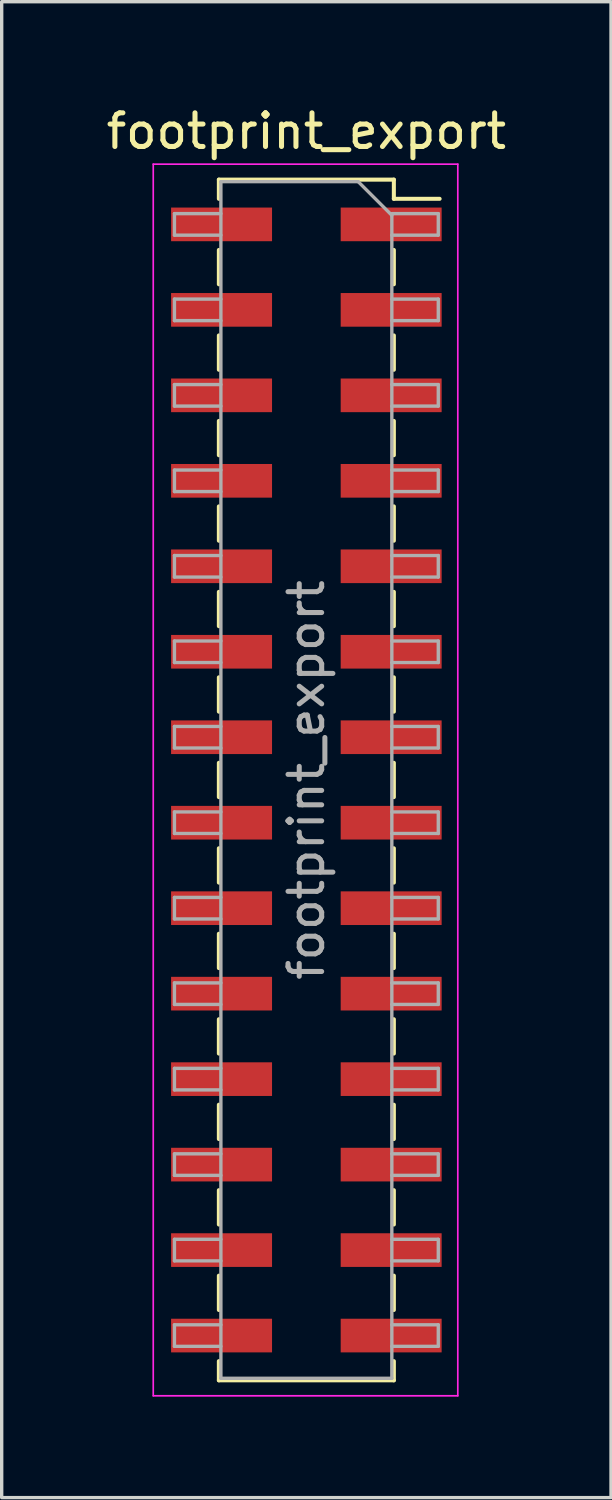
<source format=kicad_pcb>
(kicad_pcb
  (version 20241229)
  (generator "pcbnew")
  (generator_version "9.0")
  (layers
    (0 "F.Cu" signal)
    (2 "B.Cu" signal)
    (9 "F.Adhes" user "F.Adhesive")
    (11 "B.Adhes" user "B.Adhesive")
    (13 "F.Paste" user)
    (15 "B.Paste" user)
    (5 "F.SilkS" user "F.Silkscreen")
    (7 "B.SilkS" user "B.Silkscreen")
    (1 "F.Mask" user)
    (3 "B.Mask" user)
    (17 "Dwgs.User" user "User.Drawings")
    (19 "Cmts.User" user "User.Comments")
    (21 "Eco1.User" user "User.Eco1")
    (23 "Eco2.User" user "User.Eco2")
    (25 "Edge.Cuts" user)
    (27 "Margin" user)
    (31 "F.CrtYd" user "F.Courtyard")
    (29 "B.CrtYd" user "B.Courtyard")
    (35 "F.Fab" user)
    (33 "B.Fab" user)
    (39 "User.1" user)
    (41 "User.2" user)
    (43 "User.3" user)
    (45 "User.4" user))
  (footprint "footprint_export"
    (layer "F.Cu")
    (at 6.054 20.128)
    (property "Reference" "footprint_export" (at 0 -19.28 0) (layer "F.SilkS") (effects (font (size 1 1) (thickness 0.15))))
    (attr smd)
    (fp_line (start -2.6 -17.84) (end -2.6 -17.27) (stroke (width 0.12) (type solid)) (layer "F.SilkS"))
    (fp_line (start -2.6 -17.84) (end 2.6 -17.84) (stroke (width 0.12) (type solid)) (layer "F.SilkS"))
    (fp_line (start -2.6 -15.75) (end -2.6 -14.73) (stroke (width 0.12) (type solid)) (layer "F.SilkS"))
    (fp_line (start -2.6 -13.21) (end -2.6 -12.19) (stroke (width 0.12) (type solid)) (layer "F.SilkS"))
    (fp_line (start -2.6 -10.67) (end -2.6 -9.65) (stroke (width 0.12) (type solid)) (layer "F.SilkS"))
    (fp_line (start -2.6 -8.13) (end -2.6 -7.11) (stroke (width 0.12) (type solid)) (layer "F.SilkS"))
    (fp_line (start -2.6 -5.59) (end -2.6 -4.57) (stroke (width 0.12) (type solid)) (layer "F.SilkS"))
    (fp_line (start -2.6 -3.05) (end -2.6 -2.03) (stroke (width 0.12) (type solid)) (layer "F.SilkS"))
    (fp_line (start -2.6 -0.51) (end -2.6 0.51) (stroke (width 0.12) (type solid)) (layer "F.SilkS"))
    (fp_line (start -2.6 2.03) (end -2.6 3.05) (stroke (width 0.12) (type solid)) (layer "F.SilkS"))
    (fp_line (start -2.6 4.57) (end -2.6 5.59) (stroke (width 0.12) (type solid)) (layer "F.SilkS"))
    (fp_line (start -2.6 7.11) (end -2.6 8.13) (stroke (width 0.12) (type solid)) (layer "F.SilkS"))
    (fp_line (start -2.6 9.65) (end -2.6 10.67) (stroke (width 0.12) (type solid)) (layer "F.SilkS"))
    (fp_line (start -2.6 12.19) (end -2.6 13.21) (stroke (width 0.12) (type solid)) (layer "F.SilkS"))
    (fp_line (start -2.6 14.73) (end -2.6 15.75) (stroke (width 0.12) (type solid)) (layer "F.SilkS"))
    (fp_line (start -2.6 17.27) (end -2.6 17.84) (stroke (width 0.12) (type solid)) (layer "F.SilkS"))
    (fp_line (start -2.6 17.84) (end 2.6 17.84) (stroke (width 0.12) (type solid)) (layer "F.SilkS"))
    (fp_line (start 2.6 -17.84) (end 2.6 -17.27) (stroke (width 0.12) (type solid)) (layer "F.SilkS"))
    (fp_line (start 2.6 -17.27) (end 3.96 -17.27) (stroke (width 0.12) (type solid)) (layer "F.SilkS"))
    (fp_line (start 2.6 -15.75) (end 2.6 -14.73) (stroke (width 0.12) (type solid)) (layer "F.SilkS"))
    (fp_line (start 2.6 -13.21) (end 2.6 -12.19) (stroke (width 0.12) (type solid)) (layer "F.SilkS"))
    (fp_line (start 2.6 -10.67) (end 2.6 -9.65) (stroke (width 0.12) (type solid)) (layer "F.SilkS"))
    (fp_line (start 2.6 -8.13) (end 2.6 -7.11) (stroke (width 0.12) (type solid)) (layer "F.SilkS"))
    (fp_line (start 2.6 -5.59) (end 2.6 -4.57) (stroke (width 0.12) (type solid)) (layer "F.SilkS"))
    (fp_line (start 2.6 -3.05) (end 2.6 -2.03) (stroke (width 0.12) (type solid)) (layer "F.SilkS"))
    (fp_line (start 2.6 -0.51) (end 2.6 0.51) (stroke (width 0.12) (type solid)) (layer "F.SilkS"))
    (fp_line (start 2.6 2.03) (end 2.6 3.05) (stroke (width 0.12) (type solid)) (layer "F.SilkS"))
    (fp_line (start 2.6 4.57) (end 2.6 5.59) (stroke (width 0.12) (type solid)) (layer "F.SilkS"))
    (fp_line (start 2.6 7.11) (end 2.6 8.13) (stroke (width 0.12) (type solid)) (layer "F.SilkS"))
    (fp_line (start 2.6 9.65) (end 2.6 10.67) (stroke (width 0.12) (type solid)) (layer "F.SilkS"))
    (fp_line (start 2.6 12.19) (end 2.6 13.21) (stroke (width 0.12) (type solid)) (layer "F.SilkS"))
    (fp_line (start 2.6 14.73) (end 2.6 15.75) (stroke (width 0.12) (type solid)) (layer "F.SilkS"))
    (fp_line (start 2.6 17.27) (end 2.6 17.84) (stroke (width 0.12) (type solid)) (layer "F.SilkS"))
    (fp_line (start -4.55 -18.3) (end 4.5 -18.3) (stroke (width 0.05) (type solid)) (layer "F.CrtYd"))
    (fp_line (start -4.55 18.3) (end -4.55 -18.3) (stroke (width 0.05) (type solid)) (layer "F.CrtYd"))
    (fp_line (start 4.5 -18.3) (end 4.5 18.3) (stroke (width 0.05) (type solid)) (layer "F.CrtYd"))
    (fp_line (start 4.5 18.3) (end -4.55 18.3) (stroke (width 0.05) (type solid)) (layer "F.CrtYd"))
    (fp_line (start -3.92 -16.83) (end -2.54 -16.83) (stroke (width 0.1) (type solid)) (layer "F.Fab"))
    (fp_line (start -3.92 -16.19) (end -3.92 -16.83) (stroke (width 0.1) (type solid)) (layer "F.Fab"))
    (fp_line (start -3.92 -14.29) (end -2.54 -14.29) (stroke (width 0.1) (type solid)) (layer "F.Fab"))
    (fp_line (start -3.92 -13.65) (end -3.92 -14.29) (stroke (width 0.1) (type solid)) (layer "F.Fab"))
    (fp_line (start -3.92 -11.75) (end -2.54 -11.75) (stroke (width 0.1) (type solid)) (layer "F.Fab"))
    (fp_line (start -3.92 -11.11) (end -3.92 -11.75) (stroke (width 0.1) (type solid)) (layer "F.Fab"))
    (fp_line (start -3.92 -9.21) (end -2.54 -9.21) (stroke (width 0.1) (type solid)) (layer "F.Fab"))
    (fp_line (start -3.92 -8.57) (end -3.92 -9.21) (stroke (width 0.1) (type solid)) (layer "F.Fab"))
    (fp_line (start -3.92 -6.67) (end -2.54 -6.67) (stroke (width 0.1) (type solid)) (layer "F.Fab"))
    (fp_line (start -3.92 -6.03) (end -3.92 -6.67) (stroke (width 0.1) (type solid)) (layer "F.Fab"))
    (fp_line (start -3.92 -4.13) (end -2.54 -4.13) (stroke (width 0.1) (type solid)) (layer "F.Fab"))
    (fp_line (start -3.92 -3.49) (end -3.92 -4.13) (stroke (width 0.1) (type solid)) (layer "F.Fab"))
    (fp_line (start -3.92 -1.59) (end -2.54 -1.59) (stroke (width 0.1) (type solid)) (layer "F.Fab"))
    (fp_line (start -3.92 -0.95) (end -3.92 -1.59) (stroke (width 0.1) (type solid)) (layer "F.Fab"))
    (fp_line (start -3.92 0.95) (end -2.54 0.95) (stroke (width 0.1) (type solid)) (layer "F.Fab"))
    (fp_line (start -3.92 1.59) (end -3.92 0.95) (stroke (width 0.1) (type solid)) (layer "F.Fab"))
    (fp_line (start -3.92 3.49) (end -2.54 3.49) (stroke (width 0.1) (type solid)) (layer "F.Fab"))
    (fp_line (start -3.92 4.13) (end -3.92 3.49) (stroke (width 0.1) (type solid)) (layer "F.Fab"))
    (fp_line (start -3.92 6.03) (end -2.54 6.03) (stroke (width 0.1) (type solid)) (layer "F.Fab"))
    (fp_line (start -3.92 6.67) (end -3.92 6.03) (stroke (width 0.1) (type solid)) (layer "F.Fab"))
    (fp_line (start -3.92 8.57) (end -2.54 8.57) (stroke (width 0.1) (type solid)) (layer "F.Fab"))
    (fp_line (start -3.92 9.21) (end -3.92 8.57) (stroke (width 0.1) (type solid)) (layer "F.Fab"))
    (fp_line (start -3.92 11.11) (end -2.54 11.11) (stroke (width 0.1) (type solid)) (layer "F.Fab"))
    (fp_line (start -3.92 11.75) (end -3.92 11.11) (stroke (width 0.1) (type solid)) (layer "F.Fab"))
    (fp_line (start -3.92 13.65) (end -2.54 13.65) (stroke (width 0.1) (type solid)) (layer "F.Fab"))
    (fp_line (start -3.92 14.29) (end -3.92 13.65) (stroke (width 0.1) (type solid)) (layer "F.Fab"))
    (fp_line (start -3.92 16.19) (end -2.54 16.19) (stroke (width 0.1) (type solid)) (layer "F.Fab"))
    (fp_line (start -3.92 16.83) (end -3.92 16.19) (stroke (width 0.1) (type solid)) (layer "F.Fab"))
    (fp_line (start -2.54 -17.78) (end 1.54 -17.78) (stroke (width 0.1) (type solid)) (layer "F.Fab"))
    (fp_line (start -2.54 -16.19) (end -3.92 -16.19) (stroke (width 0.1) (type solid)) (layer "F.Fab"))
    (fp_line (start -2.54 -13.65) (end -3.92 -13.65) (stroke (width 0.1) (type solid)) (layer "F.Fab"))
    (fp_line (start -2.54 -11.11) (end -3.92 -11.11) (stroke (width 0.1) (type solid)) (layer "F.Fab"))
    (fp_line (start -2.54 -8.57) (end -3.92 -8.57) (stroke (width 0.1) (type solid)) (layer "F.Fab"))
    (fp_line (start -2.54 -6.03) (end -3.92 -6.03) (stroke (width 0.1) (type solid)) (layer "F.Fab"))
    (fp_line (start -2.54 -3.49) (end -3.92 -3.49) (stroke (width 0.1) (type solid)) (layer "F.Fab"))
    (fp_line (start -2.54 -0.95) (end -3.92 -0.95) (stroke (width 0.1) (type solid)) (layer "F.Fab"))
    (fp_line (start -2.54 1.59) (end -3.92 1.59) (stroke (width 0.1) (type solid)) (layer "F.Fab"))
    (fp_line (start -2.54 4.13) (end -3.92 4.13) (stroke (width 0.1) (type solid)) (layer "F.Fab"))
    (fp_line (start -2.54 6.67) (end -3.92 6.67) (stroke (width 0.1) (type solid)) (layer "F.Fab"))
    (fp_line (start -2.54 9.21) (end -3.92 9.21) (stroke (width 0.1) (type solid)) (layer "F.Fab"))
    (fp_line (start -2.54 11.75) (end -3.92 11.75) (stroke (width 0.1) (type solid)) (layer "F.Fab"))
    (fp_line (start -2.54 14.29) (end -3.92 14.29) (stroke (width 0.1) (type solid)) (layer "F.Fab"))
    (fp_line (start -2.54 16.83) (end -3.92 16.83) (stroke (width 0.1) (type solid)) (layer "F.Fab"))
    (fp_line (start -2.54 17.78) (end -2.54 -17.78) (stroke (width 0.1) (type solid)) (layer "F.Fab"))
    (fp_line (start 1.54 -17.78) (end 2.54 -16.78) (stroke (width 0.1) (type solid)) (layer "F.Fab"))
    (fp_line (start 2.54 -16.83) (end 3.92 -16.83) (stroke (width 0.1) (type solid)) (layer "F.Fab"))
    (fp_line (start 2.54 -16.78) (end 2.54 17.78) (stroke (width 0.1) (type solid)) (layer "F.Fab"))
    (fp_line (start 2.54 -14.29) (end 3.92 -14.29) (stroke (width 0.1) (type solid)) (layer "F.Fab"))
    (fp_line (start 2.54 -11.75) (end 3.92 -11.75) (stroke (width 0.1) (type solid)) (layer "F.Fab"))
    (fp_line (start 2.54 -9.21) (end 3.92 -9.21) (stroke (width 0.1) (type solid)) (layer "F.Fab"))
    (fp_line (start 2.54 -6.67) (end 3.92 -6.67) (stroke (width 0.1) (type solid)) (layer "F.Fab"))
    (fp_line (start 2.54 -4.13) (end 3.92 -4.13) (stroke (width 0.1) (type solid)) (layer "F.Fab"))
    (fp_line (start 2.54 -1.59) (end 3.92 -1.59) (stroke (width 0.1) (type solid)) (layer "F.Fab"))
    (fp_line (start 2.54 0.95) (end 3.92 0.95) (stroke (width 0.1) (type solid)) (layer "F.Fab"))
    (fp_line (start 2.54 3.49) (end 3.92 3.49) (stroke (width 0.1) (type solid)) (layer "F.Fab"))
    (fp_line (start 2.54 6.03) (end 3.92 6.03) (stroke (width 0.1) (type solid)) (layer "F.Fab"))
    (fp_line (start 2.54 8.57) (end 3.92 8.57) (stroke (width 0.1) (type solid)) (layer "F.Fab"))
    (fp_line (start 2.54 11.11) (end 3.92 11.11) (stroke (width 0.1) (type solid)) (layer "F.Fab"))
    (fp_line (start 2.54 13.65) (end 3.92 13.65) (stroke (width 0.1) (type solid)) (layer "F.Fab"))
    (fp_line (start 2.54 16.19) (end 3.92 16.19) (stroke (width 0.1) (type solid)) (layer "F.Fab"))
    (fp_line (start 2.54 17.78) (end -2.54 17.78) (stroke (width 0.1) (type solid)) (layer "F.Fab"))
    (fp_line (start 3.92 -16.83) (end 3.92 -16.19) (stroke (width 0.1) (type solid)) (layer "F.Fab"))
    (fp_line (start 3.92 -16.19) (end 2.54 -16.19) (stroke (width 0.1) (type solid)) (layer "F.Fab"))
    (fp_line (start 3.92 -14.29) (end 3.92 -13.65) (stroke (width 0.1) (type solid)) (layer "F.Fab"))
    (fp_line (start 3.92 -13.65) (end 2.54 -13.65) (stroke (width 0.1) (type solid)) (layer "F.Fab"))
    (fp_line (start 3.92 -11.75) (end 3.92 -11.11) (stroke (width 0.1) (type solid)) (layer "F.Fab"))
    (fp_line (start 3.92 -11.11) (end 2.54 -11.11) (stroke (width 0.1) (type solid)) (layer "F.Fab"))
    (fp_line (start 3.92 -9.21) (end 3.92 -8.57) (stroke (width 0.1) (type solid)) (layer "F.Fab"))
    (fp_line (start 3.92 -8.57) (end 2.54 -8.57) (stroke (width 0.1) (type solid)) (layer "F.Fab"))
    (fp_line (start 3.92 -6.67) (end 3.92 -6.03) (stroke (width 0.1) (type solid)) (layer "F.Fab"))
    (fp_line (start 3.92 -6.03) (end 2.54 -6.03) (stroke (width 0.1) (type solid)) (layer "F.Fab"))
    (fp_line (start 3.92 -4.13) (end 3.92 -3.49) (stroke (width 0.1) (type solid)) (layer "F.Fab"))
    (fp_line (start 3.92 -3.49) (end 2.54 -3.49) (stroke (width 0.1) (type solid)) (layer "F.Fab"))
    (fp_line (start 3.92 -1.59) (end 3.92 -0.95) (stroke (width 0.1) (type solid)) (layer "F.Fab"))
    (fp_line (start 3.92 -0.95) (end 2.54 -0.95) (stroke (width 0.1) (type solid)) (layer "F.Fab"))
    (fp_line (start 3.92 0.95) (end 3.92 1.59) (stroke (width 0.1) (type solid)) (layer "F.Fab"))
    (fp_line (start 3.92 1.59) (end 2.54 1.59) (stroke (width 0.1) (type solid)) (layer "F.Fab"))
    (fp_line (start 3.92 3.49) (end 3.92 4.13) (stroke (width 0.1) (type solid)) (layer "F.Fab"))
    (fp_line (start 3.92 4.13) (end 2.54 4.13) (stroke (width 0.1) (type solid)) (layer "F.Fab"))
    (fp_line (start 3.92 6.03) (end 3.92 6.67) (stroke (width 0.1) (type solid)) (layer "F.Fab"))
    (fp_line (start 3.92 6.67) (end 2.54 6.67) (stroke (width 0.1) (type solid)) (layer "F.Fab"))
    (fp_line (start 3.92 8.57) (end 3.92 9.21) (stroke (width 0.1) (type solid)) (layer "F.Fab"))
    (fp_line (start 3.92 9.21) (end 2.54 9.21) (stroke (width 0.1) (type solid)) (layer "F.Fab"))
    (fp_line (start 3.92 11.11) (end 3.92 11.75) (stroke (width 0.1) (type solid)) (layer "F.Fab"))
    (fp_line (start 3.92 11.75) (end 2.54 11.75) (stroke (width 0.1) (type solid)) (layer "F.Fab"))
    (fp_line (start 3.92 13.65) (end 3.92 14.29) (stroke (width 0.1) (type solid)) (layer "F.Fab"))
    (fp_line (start 3.92 14.29) (end 2.54 14.29) (stroke (width 0.1) (type solid)) (layer "F.Fab"))
    (fp_line (start 3.92 16.19) (end 3.92 16.83) (stroke (width 0.1) (type solid)) (layer "F.Fab"))
    (fp_line (start 3.92 16.83) (end 2.54 16.83) (stroke (width 0.1) (type solid)) (layer "F.Fab"))
    (fp_text user "${REFERENCE}" (at 0 0 90) (layer "F.Fab") (effects (font (size 1 1) (thickness 0.15))))
    (pad "1" smd rect (at 2.52 -16.51) (size 3 1) (layers "F.Cu" "F.Mask" "F.Paste"))
    (pad "2" smd rect (at -2.52 -16.51) (size 3 1) (layers "F.Cu" "F.Mask" "F.Paste"))
    (pad "3" smd rect (at 2.52 -13.97) (size 3 1) (layers "F.Cu" "F.Mask" "F.Paste"))
    (pad "4" smd rect (at -2.52 -13.97) (size 3 1) (layers "F.Cu" "F.Mask" "F.Paste"))
    (pad "5" smd rect (at 2.52 -11.43) (size 3 1) (layers "F.Cu" "F.Mask" "F.Paste"))
    (pad "6" smd rect (at -2.52 -11.43) (size 3 1) (layers "F.Cu" "F.Mask" "F.Paste"))
    (pad "7" smd rect (at 2.52 -8.89) (size 3 1) (layers "F.Cu" "F.Mask" "F.Paste"))
    (pad "8" smd rect (at -2.52 -8.89) (size 3 1) (layers "F.Cu" "F.Mask" "F.Paste"))
    (pad "9" smd rect (at 2.52 -6.35) (size 3 1) (layers "F.Cu" "F.Mask" "F.Paste"))
    (pad "10" smd rect (at -2.52 -6.35) (size 3 1) (layers "F.Cu" "F.Mask" "F.Paste"))
    (pad "11" smd rect (at 2.52 -3.81) (size 3 1) (layers "F.Cu" "F.Mask" "F.Paste"))
    (pad "12" smd rect (at -2.52 -3.81) (size 3 1) (layers "F.Cu" "F.Mask" "F.Paste"))
    (pad "13" smd rect (at 2.52 -1.27) (size 3 1) (layers "F.Cu" "F.Mask" "F.Paste"))
    (pad "14" smd rect (at -2.52 -1.27) (size 3 1) (layers "F.Cu" "F.Mask" "F.Paste"))
    (pad "15" smd rect (at 2.52 1.27) (size 3 1) (layers "F.Cu" "F.Mask" "F.Paste"))
    (pad "16" smd rect (at -2.52 1.27) (size 3 1) (layers "F.Cu" "F.Mask" "F.Paste"))
    (pad "17" smd rect (at 2.52 3.81) (size 3 1) (layers "F.Cu" "F.Mask" "F.Paste"))
    (pad "18" smd rect (at -2.52 3.81) (size 3 1) (layers "F.Cu" "F.Mask" "F.Paste"))
    (pad "19" smd rect (at 2.52 6.35) (size 3 1) (layers "F.Cu" "F.Mask" "F.Paste"))
    (pad "20" smd rect (at -2.52 6.35) (size 3 1) (layers "F.Cu" "F.Mask" "F.Paste"))
    (pad "21" smd rect (at 2.52 8.89) (size 3 1) (layers "F.Cu" "F.Mask" "F.Paste"))
    (pad "22" smd rect (at -2.52 8.89) (size 3 1) (layers "F.Cu" "F.Mask" "F.Paste"))
    (pad "23" smd rect (at 2.52 11.43) (size 3 1) (layers "F.Cu" "F.Mask" "F.Paste"))
    (pad "24" smd rect (at -2.52 11.43) (size 3 1) (layers "F.Cu" "F.Mask" "F.Paste"))
    (pad "25" smd rect (at 2.52 13.97) (size 3 1) (layers "F.Cu" "F.Mask" "F.Paste"))
    (pad "26" smd rect (at -2.52 13.97) (size 3 1) (layers "F.Cu" "F.Mask" "F.Paste"))
    (pad "27" smd rect (at 2.52 16.51) (size 3 1) (layers "F.Cu" "F.Mask" "F.Paste"))
    (pad "28" smd rect (at -2.52 16.51) (size 3 1) (layers "F.Cu" "F.Mask" "F.Paste")))
  (gr_rect
    (start -3 -3)
    (end 15.107 41.453)
    (stroke (width 0.1) (type default))
    (fill no)
    (layer "Edge.Cuts")))
</source>
